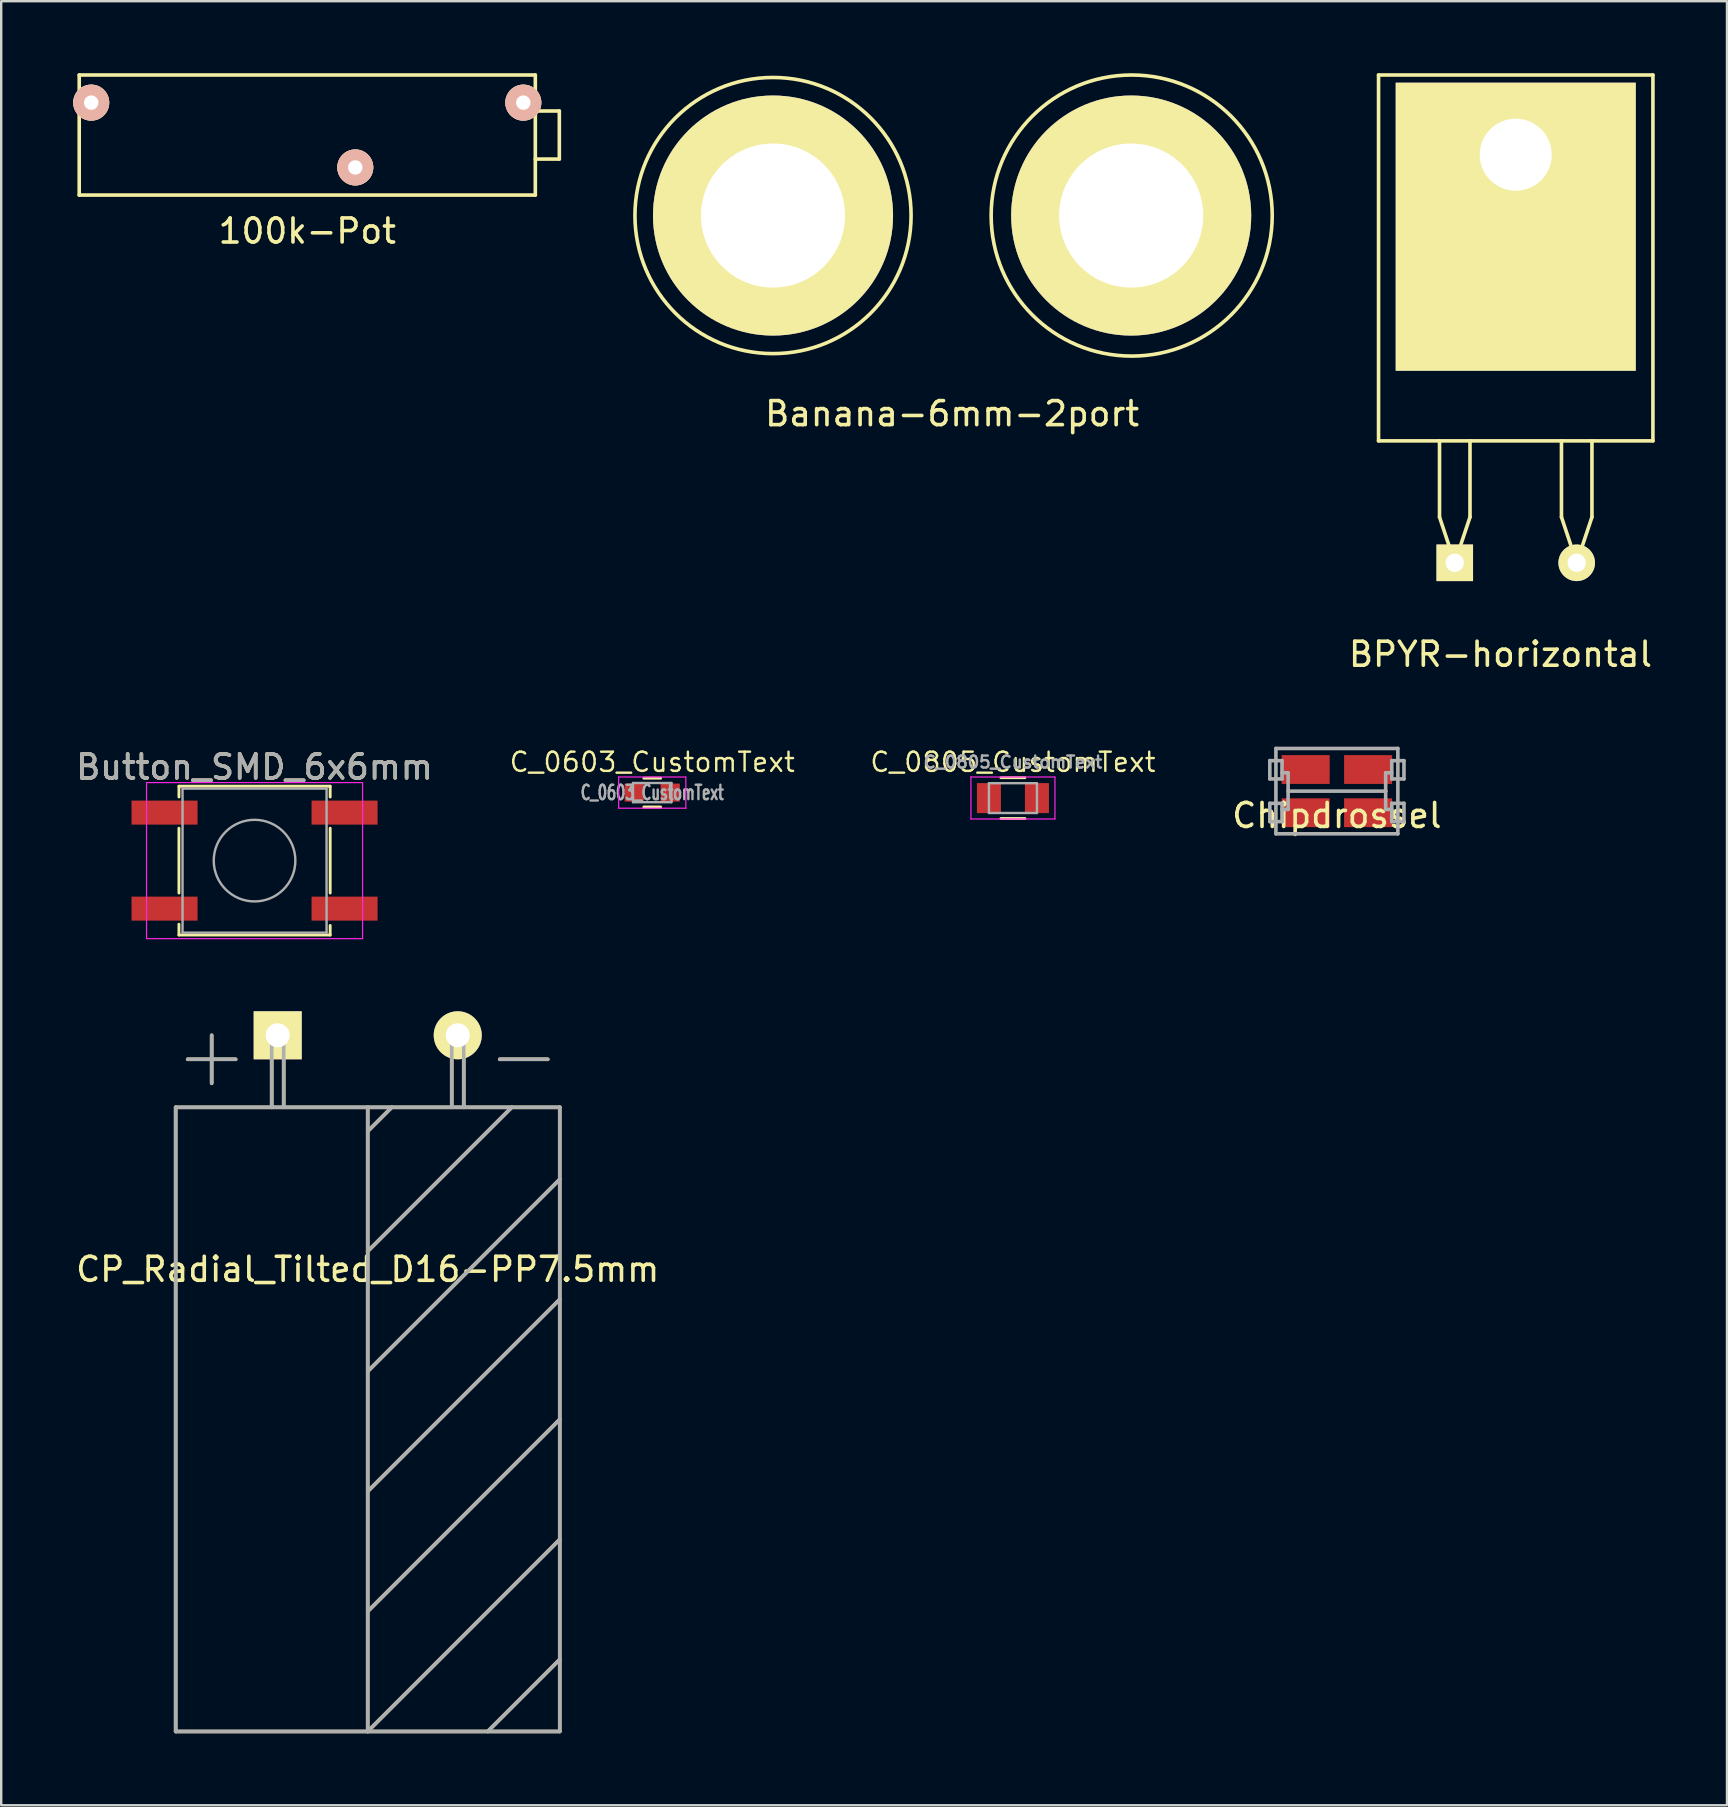
<source format=kicad_pcb>
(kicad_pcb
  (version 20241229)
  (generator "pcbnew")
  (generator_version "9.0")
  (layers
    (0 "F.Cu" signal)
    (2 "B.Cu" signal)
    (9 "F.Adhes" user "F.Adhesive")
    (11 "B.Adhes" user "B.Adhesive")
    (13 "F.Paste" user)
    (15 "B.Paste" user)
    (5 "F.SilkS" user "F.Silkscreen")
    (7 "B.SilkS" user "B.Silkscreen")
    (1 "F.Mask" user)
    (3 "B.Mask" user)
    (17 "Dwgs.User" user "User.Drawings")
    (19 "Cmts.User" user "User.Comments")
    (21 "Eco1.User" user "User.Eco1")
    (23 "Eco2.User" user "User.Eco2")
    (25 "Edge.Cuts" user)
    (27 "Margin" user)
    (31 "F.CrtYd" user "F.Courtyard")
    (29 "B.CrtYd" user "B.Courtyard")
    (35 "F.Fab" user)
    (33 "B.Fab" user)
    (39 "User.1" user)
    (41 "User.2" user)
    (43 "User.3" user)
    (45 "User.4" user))
  (footprint "CP_Radial_Tilted_D16-PP7.5mm"
    (layer "F.Cu")
    (at 12.268 40.077)
    (property "Reference" "CP_Radial_Tilted_D16-PP7.5mm" (at 0 9.75 0) (layer "F.SilkS") (effects (font (size 1 1) (thickness 0.15))))
    (attr through_hole)
    (fp_line (start -8 3) (end -8 29) (stroke (width 0.15) (type solid)) (layer "F.SilkS"))
    (fp_line (start -8 29) (end 8 29) (stroke (width 0.15) (type solid)) (layer "F.SilkS"))
    (fp_line (start -7.5 1) (end -5.5 1) (stroke (width 0.15) (type solid)) (layer "F.SilkS"))
    (fp_line (start -6.5 0) (end -6.5 2) (stroke (width 0.15) (type solid)) (layer "F.SilkS"))
    (fp_line (start -4 0) (end -3.5 0) (stroke (width 0.15) (type solid)) (layer "F.SilkS"))
    (fp_line (start -4 3) (end -4 0) (stroke (width 0.15) (type solid)) (layer "F.SilkS"))
    (fp_line (start -3.5 0) (end -3.5 3) (stroke (width 0.15) (type solid)) (layer "F.SilkS"))
    (fp_line (start 0 3) (end 0 29) (stroke (width 0.15) (type solid)) (layer "F.SilkS"))
    (fp_line (start 0 4) (end 1 3) (stroke (width 0.15) (type solid)) (layer "F.SilkS"))
    (fp_line (start 0 9) (end 6 3) (stroke (width 0.15) (type solid)) (layer "F.SilkS"))
    (fp_line (start 0 14) (end 8 6) (stroke (width 0.15) (type solid)) (layer "F.SilkS"))
    (fp_line (start 0 19) (end 8 11) (stroke (width 0.15) (type solid)) (layer "F.SilkS"))
    (fp_line (start 0 24) (end 8 16) (stroke (width 0.15) (type solid)) (layer "F.SilkS"))
    (fp_line (start 0 29) (end 8 21) (stroke (width 0.15) (type solid)) (layer "F.SilkS"))
    (fp_line (start 3.5 0) (end 3.5 3) (stroke (width 0.15) (type solid)) (layer "F.SilkS"))
    (fp_line (start 4 0) (end 3.5 0) (stroke (width 0.15) (type solid)) (layer "F.SilkS"))
    (fp_line (start 4 3) (end 4 0) (stroke (width 0.15) (type solid)) (layer "F.SilkS"))
    (fp_line (start 5 29) (end 8 26) (stroke (width 0.15) (type solid)) (layer "F.SilkS"))
    (fp_line (start 5.5 1) (end 7.5 1) (stroke (width 0.15) (type solid)) (layer "F.SilkS"))
    (fp_line (start 8 3) (end -8 3) (stroke (width 0.15) (type solid)) (layer "F.SilkS"))
    (fp_line (start 8 29) (end 8 3) (stroke (width 0.15) (type solid)) (layer "F.SilkS"))
    (fp_line (start -8 3) (end -8 29) (stroke (width 0.15) (type solid)) (layer "F.Fab"))
    (fp_line (start -8 29) (end 8 29) (stroke (width 0.15) (type solid)) (layer "F.Fab"))
    (fp_line (start -7.5 1) (end -5.5 1) (stroke (width 0.15) (type solid)) (layer "F.Fab"))
    (fp_line (start -6.5 2) (end -6.5 0) (stroke (width 0.15) (type solid)) (layer "F.Fab"))
    (fp_line (start -4 0) (end -4 3) (stroke (width 0.15) (type solid)) (layer "F.Fab"))
    (fp_line (start -3.5 0) (end -4 0) (stroke (width 0.15) (type solid)) (layer "F.Fab"))
    (fp_line (start -3.5 3) (end -3.5 0) (stroke (width 0.15) (type solid)) (layer "F.Fab"))
    (fp_line (start 0 3) (end 0 29) (stroke (width 0.15) (type solid)) (layer "F.Fab"))
    (fp_line (start 0 4) (end 1 3) (stroke (width 0.15) (type solid)) (layer "F.Fab"))
    (fp_line (start 0 9) (end 6 3) (stroke (width 0.15) (type solid)) (layer "F.Fab"))
    (fp_line (start 0 14) (end 8 6) (stroke (width 0.15) (type solid)) (layer "F.Fab"))
    (fp_line (start 0 19) (end 8 11) (stroke (width 0.15) (type solid)) (layer "F.Fab"))
    (fp_line (start 0 24) (end 8 16) (stroke (width 0.15) (type solid)) (layer "F.Fab"))
    (fp_line (start 0 29) (end 8 21) (stroke (width 0.15) (type solid)) (layer "F.Fab"))
    (fp_line (start 3.5 0) (end 3.5 3) (stroke (width 0.15) (type solid)) (layer "F.Fab"))
    (fp_line (start 4 0) (end 3.5 0) (stroke (width 0.15) (type solid)) (layer "F.Fab"))
    (fp_line (start 4 3) (end 4 0) (stroke (width 0.15) (type solid)) (layer "F.Fab"))
    (fp_line (start 5.5 1) (end 7.5 1) (stroke (width 0.15) (type solid)) (layer "F.Fab"))
    (fp_line (start 8 3) (end -8 3) (stroke (width 0.15) (type solid)) (layer "F.Fab"))
    (fp_line (start 8 26) (end 5 29) (stroke (width 0.15) (type solid)) (layer "F.Fab"))
    (fp_line (start 8 29) (end 8 3) (stroke (width 0.15) (type solid)) (layer "F.Fab"))
    (pad "1" thru_hole rect (at -3.75 0) (size 2 2) (drill 1) (layers "*.Cu" "*.Mask" "F.SilkS"))
    (pad "2" thru_hole circle (at 3.75 0) (size 2 2) (drill 1) (layers "*.Cu" "*.Mask" "F.SilkS")))
  (footprint "Banana-6mm-2port"
    (layer "F.Cu")
    (at 36.612 5.929)
    (property "Reference" "Banana-6mm-2port" (at 0 8.255 0) (layer "F.SilkS") (effects (font (size 1 1) (thickness 0.15))))
    (attr through_hole)
    (fp_circle (center -7.46 0) (end -3.81 4.445) (stroke (width 0.15) (type solid)) (fill no) (layer "F.SilkS"))
    (fp_circle (center 7.481 0) (end 11.291 4.445) (stroke (width 0.15) (type solid)) (fill no) (layer "F.SilkS"))
    (pad "1" thru_hole circle (at -7.46 0) (size 10 10) (drill 6) (layers "*.Cu" "*.Mask" "F.SilkS"))
    (pad "2" thru_hole circle (at 7.46 0) (size 10 10) (drill 6) (layers "*.Cu" "*.Mask" "F.SilkS")))
  (footprint "BPYR-horizontal"
    (layer "F.Cu")
    (at 60.091 20.395)
    (property "Reference" "BPYR-horizontal" (at -0.635 3.81 0) (layer "F.SilkS") (effects (font (size 1 1) (thickness 0.15))))
    (attr through_hole)
    (fp_line (start -5.715 -20.32) (end -5.715 -5.08) (stroke (width 0.15) (type solid)) (layer "F.SilkS"))
    (fp_line (start -5.715 -5.08) (end 5.715 -5.08) (stroke (width 0.15) (type solid)) (layer "F.SilkS"))
    (fp_line (start -3.175 -5.08) (end -3.175 -1.905) (stroke (width 0.15) (type solid)) (layer "F.SilkS"))
    (fp_line (start -3.175 -1.905) (end -2.54 0) (stroke (width 0.15) (type solid)) (layer "F.SilkS"))
    (fp_line (start -2.54 0) (end -1.905 -1.905) (stroke (width 0.15) (type solid)) (layer "F.SilkS"))
    (fp_line (start -1.905 -1.905) (end -1.905 -5.08) (stroke (width 0.15) (type solid)) (layer "F.SilkS"))
    (fp_line (start 1.905 -1.905) (end 1.905 -5.08) (stroke (width 0.15) (type solid)) (layer "F.SilkS"))
    (fp_line (start 2.54 0) (end 1.905 -1.905) (stroke (width 0.15) (type solid)) (layer "F.SilkS"))
    (fp_line (start 2.54 0) (end 3.175 -1.905) (stroke (width 0.15) (type solid)) (layer "F.SilkS"))
    (fp_line (start 3.175 -1.905) (end 3.175 -5.08) (stroke (width 0.15) (type solid)) (layer "F.SilkS"))
    (fp_line (start 5.715 -20.32) (end -5.715 -20.32) (stroke (width 0.15) (type solid)) (layer "F.SilkS"))
    (fp_line (start 5.715 -5.08) (end 5.715 -20.32) (stroke (width 0.15) (type solid)) (layer "F.SilkS"))
    (pad "1" thru_hole rect (at -2.54 0) (size 1.524 1.524) (drill 0.762) (layers "*.Cu" "*.Mask" "F.SilkS"))
    (pad "1" thru_hole rect (at 0 -17) (size 10 12) (drill 3 (offset 0 3)) (layers "*.Cu" "*.Mask" "F.SilkS"))
    (pad "2" thru_hole circle (at 2.54 0) (size 1.524 1.524) (drill 0.762) (layers "*.Cu" "*.Mask" "F.SilkS")))
  (footprint "100k-Pot"
    (layer "F.Cu")
    (at 9.75 2.575)
    (property "Reference" "100k-Pot" (at 0 4 0) (layer "F.SilkS") (effects (font (size 1 1) (thickness 0.15))))
    (attr through_hole)
    (fp_line (start -9.5 -2.5) (end -9.5 2.5) (stroke (width 0.15) (type solid)) (layer "F.SilkS"))
    (fp_line (start -9.5 2.5) (end 9.5 2.5) (stroke (width 0.15) (type solid)) (layer "F.SilkS"))
    (fp_line (start 9.5 -2.5) (end -9.5 -2.5) (stroke (width 0.15) (type solid)) (layer "F.SilkS"))
    (fp_line (start 9.5 -1) (end 10.5 -1) (stroke (width 0.15) (type solid)) (layer "F.SilkS"))
    (fp_line (start 9.5 2.5) (end 9.5 -2.5) (stroke (width 0.15) (type solid)) (layer "F.SilkS"))
    (fp_line (start 10.5 -1) (end 10.5 1) (stroke (width 0.15) (type solid)) (layer "F.SilkS"))
    (fp_line (start 10.5 1) (end 9.5 1) (stroke (width 0.15) (type solid)) (layer "F.SilkS"))
    (pad "1" thru_hole circle (at -9 -1.35) (size 1.5 1.5) (drill 0.6) (layers "*.Cu" "*.SilkS" "B.Mask"))
    (pad "2" thru_hole circle (at 2 1.35) (size 1.5 1.5) (drill 0.6) (layers "*.Cu" "*.SilkS" "B.Mask"))
    (pad "3" thru_hole circle (at 9 -1.35) (size 1.5 1.5) (drill 0.6) (layers "*.Cu" "*.SilkS" "B.Mask")))
  (footprint "Chipdrossel"
    (layer "F.Cu")
    (at 52.641 29.906)
    (property "Reference" "Chipdrossel" (at 0 1.016 0) (layer "F.SilkS") (effects (font (size 1 1) (thickness 0.15))))
    (attr through_hole)
    (fp_line (start -2.794 -1.27) (end -2.286 -1.27) (stroke (width 0.15) (type solid)) (layer "F.Fab"))
    (fp_line (start -2.794 -0.508) (end -2.794 -1.27) (stroke (width 0.15) (type solid)) (layer "F.Fab"))
    (fp_line (start -2.794 0.508) (end -2.286 0.508) (stroke (width 0.15) (type solid)) (layer "F.Fab"))
    (fp_line (start -2.794 1.27) (end -2.794 0.508) (stroke (width 0.15) (type solid)) (layer "F.Fab"))
    (fp_line (start -2.54 -1.778) (end -2.54 1.778) (stroke (width 0.15) (type solid)) (layer "F.Fab"))
    (fp_line (start -2.54 1.778) (end 2.54 1.778) (stroke (width 0.15) (type solid)) (layer "F.Fab"))
    (fp_line (start -2.286 -1.27) (end -2.286 -0.508) (stroke (width 0.15) (type solid)) (layer "F.Fab"))
    (fp_line (start -2.286 -0.762) (end -2.032 -0.762) (stroke (width 0.15) (type solid)) (layer "F.Fab"))
    (fp_line (start -2.286 -0.508) (end -2.794 -0.508) (stroke (width 0.15) (type solid)) (layer "F.Fab"))
    (fp_line (start -2.286 0.508) (end -2.286 1.27) (stroke (width 0.15) (type solid)) (layer "F.Fab"))
    (fp_line (start -2.286 1.27) (end -2.794 1.27) (stroke (width 0.15) (type solid)) (layer "F.Fab"))
    (fp_line (start -2.032 -0.762) (end -2.032 0.762) (stroke (width 0.15) (type solid)) (layer "F.Fab"))
    (fp_line (start -2.032 0) (end 2.032 0) (stroke (width 0.15) (type solid)) (layer "F.Fab"))
    (fp_line (start -2.032 0.762) (end -2.286 0.762) (stroke (width 0.15) (type solid)) (layer "F.Fab"))
    (fp_line (start 2.032 -0.762) (end 2.286 -0.762) (stroke (width 0.15) (type solid)) (layer "F.Fab"))
    (fp_line (start 2.032 0) (end 2.032 -0.762) (stroke (width 0.15) (type solid)) (layer "F.Fab"))
    (fp_line (start 2.032 0) (end 2.032 0.762) (stroke (width 0.15) (type solid)) (layer "F.Fab"))
    (fp_line (start 2.032 0.762) (end 2.286 0.762) (stroke (width 0.15) (type solid)) (layer "F.Fab"))
    (fp_line (start 2.286 -1.27) (end 2.794 -1.27) (stroke (width 0.15) (type solid)) (layer "F.Fab"))
    (fp_line (start 2.286 -0.508) (end 2.286 -1.27) (stroke (width 0.15) (type solid)) (layer "F.Fab"))
    (fp_line (start 2.286 0.508) (end 2.286 1.27) (stroke (width 0.15) (type solid)) (layer "F.Fab"))
    (fp_line (start 2.286 1.27) (end 2.794 1.27) (stroke (width 0.15) (type solid)) (layer "F.Fab"))
    (fp_line (start 2.54 -1.778) (end -2.54 -1.778) (stroke (width 0.15) (type solid)) (layer "F.Fab"))
    (fp_line (start 2.54 1.778) (end 2.54 -1.778) (stroke (width 0.15) (type solid)) (layer "F.Fab"))
    (fp_line (start 2.794 -1.27) (end 2.794 -0.508) (stroke (width 0.15) (type solid)) (layer "F.Fab"))
    (fp_line (start 2.794 -0.508) (end 2.286 -0.508) (stroke (width 0.15) (type solid)) (layer "F.Fab"))
    (fp_line (start 2.794 0.508) (end 2.286 0.508) (stroke (width 0.15) (type solid)) (layer "F.Fab"))
    (fp_line (start 2.794 1.27) (end 2.794 0.508) (stroke (width 0.15) (type solid)) (layer "F.Fab"))
    (pad "1" smd rect (at -1.3 -0.9) (size 2 1.2) (layers "F.Cu" "F.Mask" "F.Paste"))
    (pad "1" smd rect (at -1.3 0.9) (size 2 1.2) (layers "F.Cu" "F.Mask" "F.Paste"))
    (pad "2" smd rect (at 1.3 -0.9) (size 2 1.2) (layers "F.Cu" "F.Mask" "F.Paste"))
    (pad "2" smd rect (at 1.3 0.9) (size 2 1.2) (layers "F.Cu" "F.Mask" "F.Paste")))
  (footprint "Button_SMD_6x6mm"
    (layer "F.Cu")
    (at 7.554 32.801)
    (property "Reference" "Button_SMD_6x6mm" (at 0 -3.9 0) (layer "F.SilkS") (effects (font (size 1 1) (thickness 0.15))))
    (attr smd)
    (fp_line (start -3.15 -3.1) (end 3.15 -3.1) (stroke (width 0.12) (type solid)) (layer "F.SilkS"))
    (fp_line (start -3.15 -2.65) (end -3.15 -3.1) (stroke (width 0.12) (type solid)) (layer "F.SilkS"))
    (fp_line (start -3.15 1.35) (end -3.15 -1.35) (stroke (width 0.12) (type solid)) (layer "F.SilkS"))
    (fp_line (start -3.15 2.65) (end -3.15 3.1) (stroke (width 0.12) (type solid)) (layer "F.SilkS"))
    (fp_line (start -3.15 3.1) (end 3.15 3.1) (stroke (width 0.12) (type solid)) (layer "F.SilkS"))
    (fp_line (start 3.15 -3.1) (end 3.15 -2.65) (stroke (width 0.12) (type solid)) (layer "F.SilkS"))
    (fp_line (start 3.15 -1.35) (end 3.15 1.35) (stroke (width 0.12) (type solid)) (layer "F.SilkS"))
    (fp_line (start 3.15 3.1) (end 3.15 2.7) (stroke (width 0.12) (type solid)) (layer "F.SilkS"))
    (fp_line (start -4.5 -3.25) (end 4.5 -3.25) (stroke (width 0.05) (type solid)) (layer "F.CrtYd"))
    (fp_line (start -4.5 3.25) (end -4.5 -3.25) (stroke (width 0.05) (type solid)) (layer "F.CrtYd"))
    (fp_line (start 4.5 -3.25) (end 4.5 3.25) (stroke (width 0.05) (type solid)) (layer "F.CrtYd"))
    (fp_line (start 4.5 3.25) (end -4.5 3.25) (stroke (width 0.05) (type solid)) (layer "F.CrtYd"))
    (fp_line (start -3 -3) (end 3 -3) (stroke (width 0.1) (type solid)) (layer "F.Fab"))
    (fp_line (start -3 3) (end -3 -3) (stroke (width 0.1) (type solid)) (layer "F.Fab"))
    (fp_line (start 3 -3) (end 3 3) (stroke (width 0.1) (type solid)) (layer "F.Fab"))
    (fp_line (start 3 3) (end -3 3) (stroke (width 0.1) (type solid)) (layer "F.Fab"))
    (fp_circle (center 0 0) (end 1.7 0) (stroke (width 0.1) (type solid)) (fill no) (layer "F.Fab"))
    (fp_text user "${REFERENCE}" (at 0 -3.9 0) (layer "F.Fab") (effects (font (size 1 1) (thickness 0.15))))
    (pad "1" smd rect (at -3.75 -2) (size 2.75 1) (layers "F.Cu" "F.Mask" "F.Paste"))
    (pad "1" smd rect (at 3.75 -2) (size 2.75 1) (layers "F.Cu" "F.Mask" "F.Paste"))
    (pad "2" smd rect (at -3.75 2) (size 2.75 1) (layers "F.Cu" "F.Mask" "F.Paste"))
    (pad "2" smd rect (at 3.75 2) (size 2.75 1) (layers "F.Cu" "F.Mask" "F.Paste")))
  (footprint "C_0603_CustomText"
    (layer "F.Cu")
    (at 24.12 29.967)
    (property "Reference" "C_0603_CustomText" (at 0 -1.27 0) (layer "F.SilkS") (effects (font (size 0.8 0.8) (thickness 0.1))))
    (attr smd)
    (fp_line (start -0.35 -0.6) (end 0.35 -0.6) (stroke (width 0.12) (type solid)) (layer "F.SilkS"))
    (fp_line (start 0.35 0.6) (end -0.35 0.6) (stroke (width 0.12) (type solid)) (layer "F.SilkS"))
    (fp_line (start -1.4 -0.65) (end -1.4 0.65) (stroke (width 0.05) (type solid)) (layer "F.CrtYd"))
    (fp_line (start -1.4 -0.65) (end 1.4 -0.65) (stroke (width 0.05) (type solid)) (layer "F.CrtYd"))
    (fp_line (start 1.4 0.65) (end -1.4 0.65) (stroke (width 0.05) (type solid)) (layer "F.CrtYd"))
    (fp_line (start 1.4 0.65) (end 1.4 -0.65) (stroke (width 0.05) (type solid)) (layer "F.CrtYd"))
    (fp_line (start -0.8 -0.4) (end 0.8 -0.4) (stroke (width 0.1) (type solid)) (layer "F.Fab"))
    (fp_line (start -0.8 0.4) (end -0.8 -0.4) (stroke (width 0.1) (type solid)) (layer "F.Fab"))
    (fp_line (start 0.8 -0.4) (end 0.8 0.4) (stroke (width 0.1) (type solid)) (layer "F.Fab"))
    (fp_line (start 0.8 0.4) (end -0.8 0.4) (stroke (width 0.1) (type solid)) (layer "F.Fab"))
    (fp_text user "${REFERENCE}" (at 0 0 0) (layer "F.Fab") (effects (font (size 0.6 0.4) (thickness 0.1))))
    (pad "1" smd rect (at -0.75 0) (size 0.8 0.75) (layers "F.Cu" "F.Mask" "F.Paste"))
    (pad "2" smd rect (at 0.75 0) (size 0.8 0.75) (layers "F.Cu" "F.Mask" "F.Paste")))
  (footprint "C_0805_CustomText"
    (layer "F.Cu")
    (at 39.146 30.197)
    (property "Reference" "C_0805_CustomText" (at 0 -1.5 0) (layer "F.SilkS") (effects (font (size 0.8 0.8) (thickness 0.1))))
    (attr smd)
    (fp_line (start -0.5 0.85) (end 0.5 0.85) (stroke (width 0.12) (type solid)) (layer "F.SilkS"))
    (fp_line (start 0.5 -0.85) (end -0.5 -0.85) (stroke (width 0.12) (type solid)) (layer "F.SilkS"))
    (fp_line (start -1.75 -0.88) (end -1.75 0.87) (stroke (width 0.05) (type solid)) (layer "F.CrtYd"))
    (fp_line (start -1.75 -0.88) (end 1.75 -0.88) (stroke (width 0.05) (type solid)) (layer "F.CrtYd"))
    (fp_line (start 1.75 0.87) (end -1.75 0.87) (stroke (width 0.05) (type solid)) (layer "F.CrtYd"))
    (fp_line (start 1.75 0.87) (end 1.75 -0.88) (stroke (width 0.05) (type solid)) (layer "F.CrtYd"))
    (fp_line (start -1 -0.62) (end 1 -0.62) (stroke (width 0.1) (type solid)) (layer "F.Fab"))
    (fp_line (start -1 0.62) (end -1 -0.62) (stroke (width 0.1) (type solid)) (layer "F.Fab"))
    (fp_line (start 1 -0.62) (end 1 0.62) (stroke (width 0.1) (type solid)) (layer "F.Fab"))
    (fp_line (start 1 0.62) (end -1 0.62) (stroke (width 0.1) (type solid)) (layer "F.Fab"))
    (fp_text user "${REFERENCE}" (at 0 -1.5 0) (layer "F.Fab") (effects (font (size 0.5 0.5) (thickness 0.1))))
    (pad "1" smd rect (at -1 0) (size 1 1.25) (layers "F.Cu" "F.Mask" "F.Paste"))
    (pad "2" smd rect (at 1 0) (size 1 1.25) (layers "F.Cu" "F.Mask" "F.Paste")))
  (gr_rect
    (start -3 -3)
    (end 68.891 72.151)
    (stroke (width 0.1) (type default))
    (fill no)
    (layer "Edge.Cuts")))
</source>
